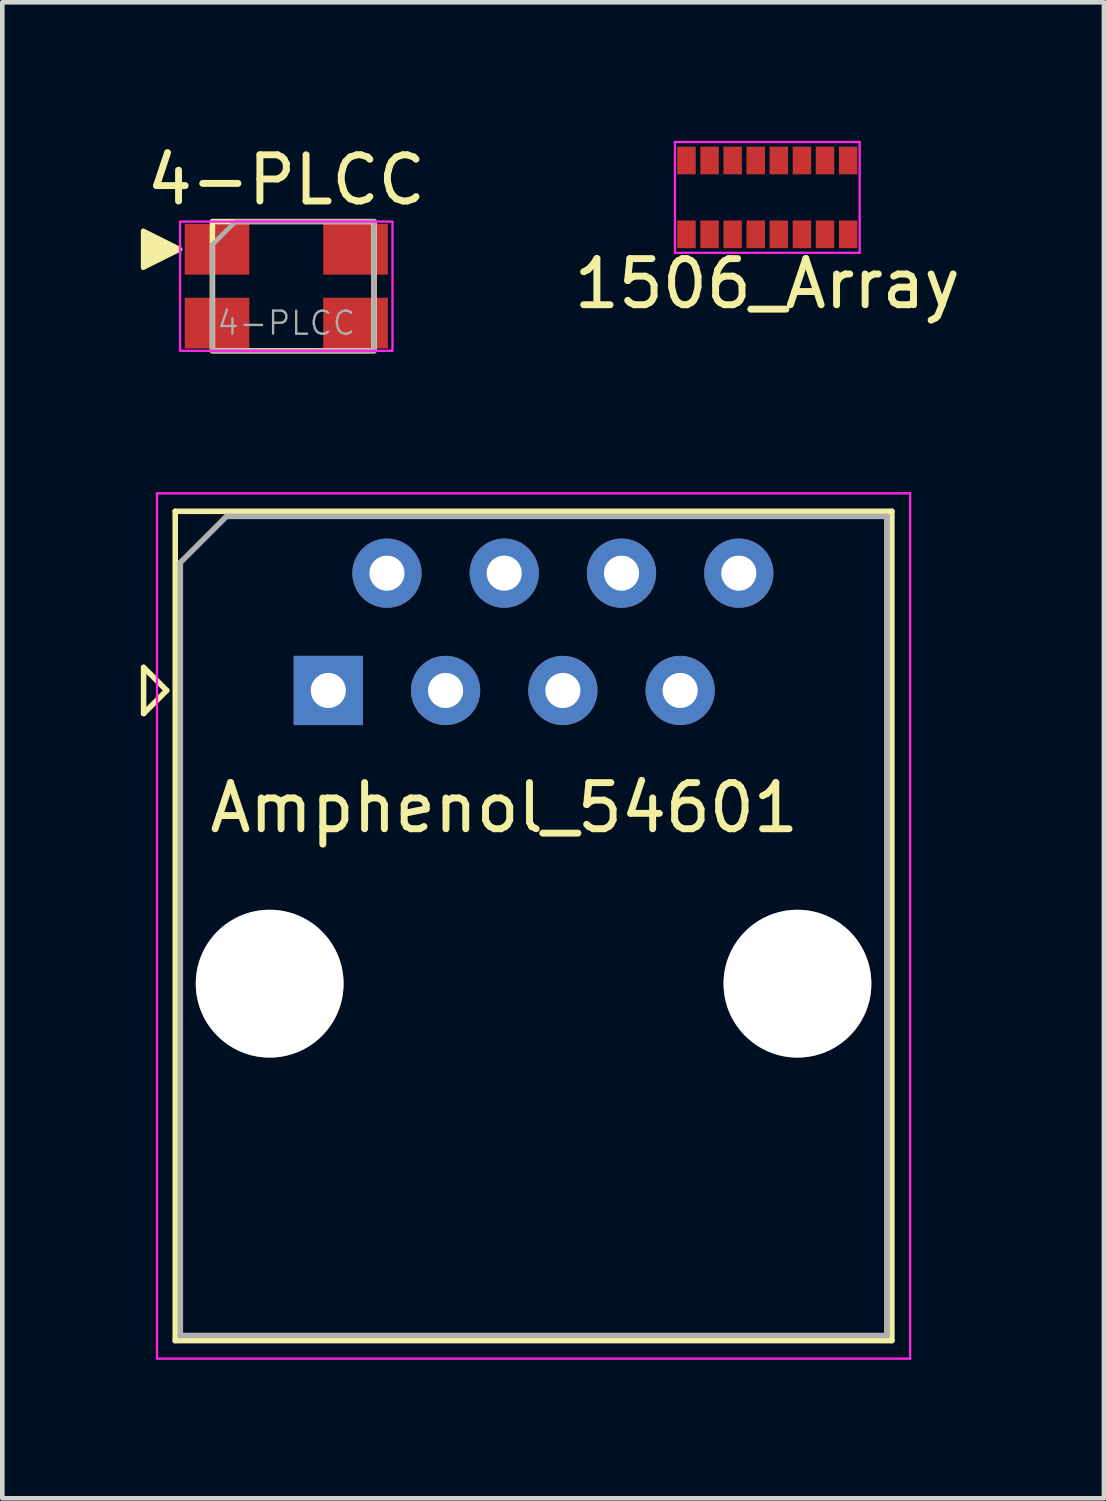
<source format=kicad_pcb>
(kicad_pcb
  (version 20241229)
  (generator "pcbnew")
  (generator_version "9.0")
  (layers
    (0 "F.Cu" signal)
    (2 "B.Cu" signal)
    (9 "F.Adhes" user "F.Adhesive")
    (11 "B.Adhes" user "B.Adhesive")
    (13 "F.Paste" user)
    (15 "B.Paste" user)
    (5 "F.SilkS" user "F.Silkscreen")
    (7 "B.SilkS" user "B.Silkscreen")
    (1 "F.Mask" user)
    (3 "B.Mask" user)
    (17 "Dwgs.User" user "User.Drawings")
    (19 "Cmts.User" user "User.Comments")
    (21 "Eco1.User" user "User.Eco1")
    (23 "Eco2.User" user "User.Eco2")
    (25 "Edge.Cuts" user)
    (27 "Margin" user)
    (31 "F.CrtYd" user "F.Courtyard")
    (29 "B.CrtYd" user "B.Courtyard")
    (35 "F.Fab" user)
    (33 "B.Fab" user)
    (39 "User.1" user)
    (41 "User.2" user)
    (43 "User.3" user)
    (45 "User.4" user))
  (footprint "Amphenol_54601"
    (layer "F.Cu")
    (at 8.505 17.003)
    (property "Reference" "Amphenol_54601" (at -0.635 -2.56 0) (layer "F.SilkS") (effects (font (size 1 1) (thickness 0.15))))
    (fp_line (start -8.445 -5.6) (end -8.445 -4.6) (stroke (width 0.12) (type solid)) (layer "F.SilkS"))
    (fp_line (start -8.445 -4.6) (end -7.945 -5.1) (stroke (width 0.12) (type solid)) (layer "F.SilkS"))
    (fp_line (start -7.945 -5.1) (end -8.445 -5.6) (stroke (width 0.12) (type solid)) (layer "F.SilkS"))
    (fp_line (start -7.76 -8.98) (end -7.76 8.98) (stroke (width 0.12) (type solid)) (layer "F.SilkS"))
    (fp_line (start -7.76 8.98) (end 7.76 8.98) (stroke (width 0.12) (type solid)) (layer "F.SilkS"))
    (fp_line (start 7.76 -8.98) (end -7.76 -8.98) (stroke (width 0.12) (type solid)) (layer "F.SilkS"))
    (fp_line (start 7.76 -8.98) (end 7.76 8.98) (stroke (width 0.12) (type solid)) (layer "F.SilkS"))
    (fp_line (start -8.155 -9.37) (end -8.155 9.37) (stroke (width 0.05) (type solid)) (layer "F.CrtYd"))
    (fp_line (start -8.155 -9.37) (end 8.155 -9.37) (stroke (width 0.05) (type solid)) (layer "F.CrtYd"))
    (fp_line (start 8.155 9.37) (end -8.155 9.37) (stroke (width 0.05) (type solid)) (layer "F.CrtYd"))
    (fp_line (start 8.155 9.37) (end 8.155 -9.37) (stroke (width 0.05) (type solid)) (layer "F.CrtYd"))
    (fp_line (start -7.65 -7.87) (end -6.65 -8.87) (stroke (width 0.12) (type solid)) (layer "F.Fab"))
    (fp_line (start -7.65 8.87) (end -7.65 -7.87) (stroke (width 0.12) (type solid)) (layer "F.Fab"))
    (fp_line (start -6.65 -8.87) (end 7.65 -8.87) (stroke (width 0.12) (type solid)) (layer "F.Fab"))
    (fp_line (start 7.65 -8.87) (end 7.65 8.87) (stroke (width 0.12) (type solid)) (layer "F.Fab"))
    (fp_line (start 7.65 8.87) (end -7.65 8.87) (stroke (width 0.12) (type solid)) (layer "F.Fab"))
    (pad "" thru_hole circle (at -5.715 1.25) (size 3.2 3.2) (drill 3.2) (layers "*.Cu" "*.Mask"))
    (pad "" thru_hole circle (at 5.715 1.25) (size 3.2 3.2) (drill 3.2) (layers "*.Cu" "*.Mask"))
    (pad "1" thru_hole rect (at -4.445 -5.1) (size 1.5 1.5) (drill 0.76) (layers "*.Cu" "*.Mask"))
    (pad "2" thru_hole circle (at -3.175 -7.64) (size 1.5 1.5) (drill 0.76) (layers "*.Cu" "*.Mask"))
    (pad "3" thru_hole circle (at -1.905 -5.1) (size 1.5 1.5) (drill 0.76) (layers "*.Cu" "*.Mask"))
    (pad "4" thru_hole circle (at -0.635 -7.64) (size 1.5 1.5) (drill 0.76) (layers "*.Cu" "*.Mask"))
    (pad "5" thru_hole circle (at 0.635 -5.1) (size 1.5 1.5) (drill 0.76) (layers "*.Cu" "*.Mask"))
    (pad "6" thru_hole circle (at 1.905 -7.64) (size 1.5 1.5) (drill 0.76) (layers "*.Cu" "*.Mask"))
    (pad "7" thru_hole circle (at 3.175 -5.1) (size 1.5 1.5) (drill 0.76) (layers "*.Cu" "*.Mask"))
    (pad "8" thru_hole circle (at 4.445 -7.64) (size 1.5 1.5) (drill 0.76) (layers "*.Cu" "*.Mask")))
  (footprint "4-PLCC"
    (layer "F.Cu")
    (at 3.15 3.148)
    (property "Reference" "4-PLCC" (at 0 -2.3 0) (unlocked yes) (layer "F.SilkS") (effects (font (size 1 1) (thickness 0.15))))
    (fp_rect (start -1.6 -1.4) (end 1.9 1.4) (stroke (width 0.12) (type solid)) (fill no) (layer "F.SilkS"))
    (fp_poly (pts (xy -2.3 -0.8) (xy -3.1 -0.4) (xy -3.1 -1.2)) (stroke (width 0.1) (type solid)) (fill yes) (layer "F.SilkS"))
    (fp_rect (start -2.3 -1.4) (end 2.3 1.4) (stroke (width 0.05) (type solid)) (fill no) (layer "F.CrtYd"))
    (fp_line (start -1.6 -0.9) (end -1.1 -1.4) (stroke (width 0.1) (type solid)) (layer "F.Fab"))
    (fp_line (start -1.6 1.4) (end -1.6 -0.9) (stroke (width 0.1) (type solid)) (layer "F.Fab"))
    (fp_line (start -1.1 -1.4) (end 1.9 -1.4) (stroke (width 0.1) (type solid)) (layer "F.Fab"))
    (fp_line (start 1.9 -1.4) (end 1.9 1.4) (stroke (width 0.1) (type solid)) (layer "F.Fab"))
    (fp_line (start 1.9 1.4) (end -1.6 1.4) (stroke (width 0.1) (type solid)) (layer "F.Fab"))
    (fp_text user "${REFERENCE}" (at 0 0.8 0) (unlocked yes) (layer "F.Fab") (effects (font (size 0.5 0.5) (thickness 0.05))))
    (pad "1" smd rect (at -1.5 -0.8) (size 1.4 1.1) (layers "F.Cu" "F.Mask" "F.Paste"))
    (pad "2" smd rect (at 1.5 -0.8) (size 1.4 1.1) (layers "F.Cu" "F.Mask" "F.Paste"))
    (pad "3" smd rect (at 1.5 0.8) (size 1.4 1.1) (layers "F.Cu" "F.Mask" "F.Paste"))
    (pad "4" smd rect (at -1.5 0.8) (size 1.4 1.1) (layers "F.Cu" "F.Mask" "F.Paste")))
  (footprint "1506_Array"
    (layer "F.Cu")
    (at 13.567 1.225)
    (property "Reference" "1506_Array" (at 0 1.87 0) (layer "F.SilkS") (effects (font (size 1 1) (thickness 0.15))))
    (fp_line (start -2 -1.2) (end 2 -1.2) (stroke (width 0.05) (type solid)) (layer "F.CrtYd"))
    (fp_line (start -2 1.2) (end -2 -1.2) (stroke (width 0.05) (type solid)) (layer "F.CrtYd"))
    (fp_line (start 2 -1.2) (end 2 1.2) (stroke (width 0.05) (type solid)) (layer "F.CrtYd"))
    (fp_line (start 2 1.2) (end -2 1.2) (stroke (width 0.05) (type solid)) (layer "F.CrtYd"))
    (pad "1" smd rect (at -1.75 -0.8) (size 0.4 0.6) (layers "F.Cu" "F.Mask" "F.Paste"))
    (pad "2" smd rect (at -1.25 -0.8) (size 0.4 0.6) (layers "F.Cu" "F.Mask" "F.Paste"))
    (pad "3" smd rect (at -0.75 -0.8) (size 0.4 0.6) (layers "F.Cu" "F.Mask" "F.Paste"))
    (pad "4" smd rect (at -0.25 -0.8) (size 0.4 0.6) (layers "F.Cu" "F.Mask" "F.Paste"))
    (pad "5" smd rect (at 0.25 -0.8) (size 0.4 0.6) (layers "F.Cu" "F.Mask" "F.Paste"))
    (pad "6" smd rect (at 0.75 -0.8) (size 0.4 0.6) (layers "F.Cu" "F.Mask" "F.Paste"))
    (pad "7" smd rect (at 1.25 -0.8) (size 0.4 0.6) (layers "F.Cu" "F.Mask" "F.Paste"))
    (pad "8" smd rect (at 1.75 -0.8) (size 0.4 0.6) (layers "F.Cu" "F.Mask" "F.Paste"))
    (pad "9" smd rect (at 1.75 0.8) (size 0.4 0.6) (layers "F.Cu" "F.Mask" "F.Paste"))
    (pad "10" smd rect (at 1.25 0.8) (size 0.4 0.6) (layers "F.Cu" "F.Mask" "F.Paste"))
    (pad "11" smd rect (at 0.75 0.8) (size 0.4 0.6) (layers "F.Cu" "F.Mask" "F.Paste"))
    (pad "12" smd rect (at 0.25 0.8) (size 0.4 0.6) (layers "F.Cu" "F.Mask" "F.Paste"))
    (pad "13" smd rect (at -0.25 0.8) (size 0.4 0.6) (layers "F.Cu" "F.Mask" "F.Paste"))
    (pad "14" smd rect (at -0.75 0.8) (size 0.4 0.6) (layers "F.Cu" "F.Mask" "F.Paste"))
    (pad "15" smd rect (at -1.25 0.8) (size 0.4 0.6) (layers "F.Cu" "F.Mask" "F.Paste"))
    (pad "16" smd rect (at -1.75 0.8) (size 0.4 0.6) (layers "F.Cu" "F.Mask" "F.Paste")))
  (gr_rect
    (start -3 -3)
    (end 20.858 29.398)
    (stroke (width 0.1) (type default))
    (fill no)
    (layer "Edge.Cuts")))
</source>
